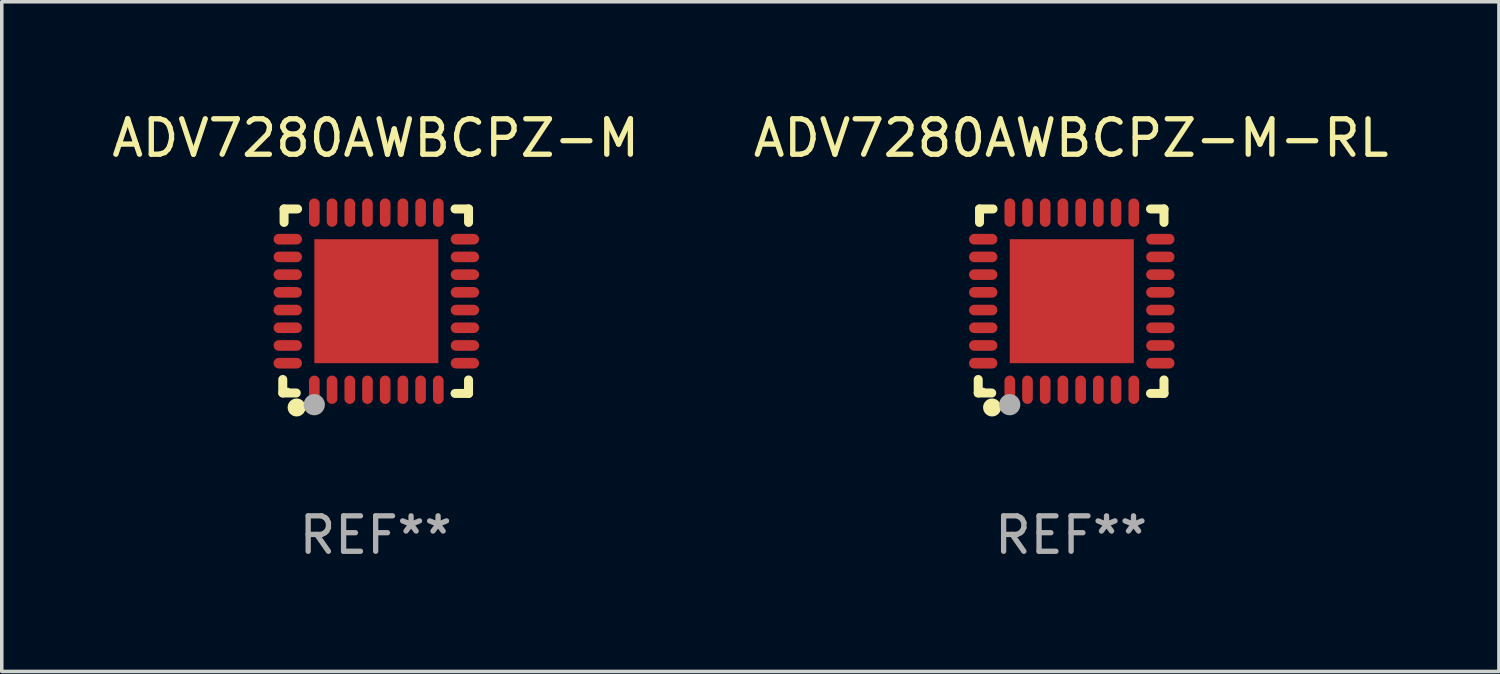
<source format=kicad_pcb>
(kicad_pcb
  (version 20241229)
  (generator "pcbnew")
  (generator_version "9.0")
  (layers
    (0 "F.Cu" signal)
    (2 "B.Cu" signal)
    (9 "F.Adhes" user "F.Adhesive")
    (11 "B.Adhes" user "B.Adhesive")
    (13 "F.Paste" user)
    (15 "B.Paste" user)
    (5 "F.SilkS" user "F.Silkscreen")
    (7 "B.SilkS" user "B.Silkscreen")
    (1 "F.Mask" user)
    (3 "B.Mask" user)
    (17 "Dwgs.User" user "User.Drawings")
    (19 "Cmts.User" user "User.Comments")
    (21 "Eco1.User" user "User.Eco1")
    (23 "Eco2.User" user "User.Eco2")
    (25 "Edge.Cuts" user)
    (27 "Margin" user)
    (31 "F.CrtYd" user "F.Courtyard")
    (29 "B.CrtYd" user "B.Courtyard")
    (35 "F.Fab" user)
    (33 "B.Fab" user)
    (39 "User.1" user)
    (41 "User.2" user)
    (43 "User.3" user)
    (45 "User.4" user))
  (footprint "ADV7280AWBCPZ-M"
    (layer "F.Cu")
    (at 7.554 5.452)
    (property "Reference" "ADV7280AWBCPZ-M" (at 0 -4.604 0) (layer "F.SilkS") (effects (font (size 1 1) (thickness 0.15))))
    (attr through_hole)
    (fp_line (start -2.622 2.21) (end -2.622 2.591) (stroke (width 0.254) (type solid)) (layer "F.SilkS"))
    (fp_line (start -2.622 2.591) (end -2.241 2.591) (stroke (width 0.254) (type solid)) (layer "F.SilkS"))
    (fp_line (start -2.585 -2.604) (end -2.585 -2.223) (stroke (width 0.254) (type solid)) (layer "F.SilkS"))
    (fp_line (start -2.204 -2.604) (end -2.585 -2.604) (stroke (width 0.254) (type solid)) (layer "F.SilkS"))
    (fp_line (start 2.241 2.604) (end 2.622 2.604) (stroke (width 0.254) (type solid)) (layer "F.SilkS"))
    (fp_line (start 2.622 -2.604) (end 2.241 -2.604) (stroke (width 0.254) (type solid)) (layer "F.SilkS"))
    (fp_line (start 2.622 -2.223) (end 2.622 -2.604) (stroke (width 0.254) (type solid)) (layer "F.SilkS"))
    (fp_line (start 2.622 2.604) (end 2.622 2.223) (stroke (width 0.254) (type solid)) (layer "F.SilkS"))
    (fp_circle (center -2.481 2.5) (end -2.451 2.5) (stroke (width 0.06) (type solid)) (fill no) (layer "F.SilkS"))
    (fp_circle (center -2.231 3) (end -2.104 3) (stroke (width 0.254) (type solid)) (fill no) (layer "F.SilkS"))
    (fp_circle (center -1.733 2.921) (end -1.583 2.921) (stroke (width 0.3) (type solid)) (fill no) (layer "F.Fab"))
    (fp_text user "REF**" (at 0 6.604 0) (layer "F.Fab") (effects (font (size 1 1) (thickness 0.15))))
    (pad "1" smd oval (at -1.731 2.5 90) (size 0.8 0.3) (layers "F.Cu" "F.Mask" "F.Paste"))
    (pad "2" smd oval (at -1.231 2.5 90) (size 0.8 0.3) (layers "F.Cu" "F.Mask" "F.Paste"))
    (pad "3" smd oval (at -0.731 2.5 90) (size 0.8 0.3) (layers "F.Cu" "F.Mask" "F.Paste"))
    (pad "4" smd oval (at -0.231 2.5 90) (size 0.8 0.3) (layers "F.Cu" "F.Mask" "F.Paste"))
    (pad "5" smd oval (at 0.269 2.5 90) (size 0.8 0.3) (layers "F.Cu" "F.Mask" "F.Paste"))
    (pad "6" smd oval (at 0.769 2.5 90) (size 0.8 0.3) (layers "F.Cu" "F.Mask" "F.Paste"))
    (pad "7" smd oval (at 1.269 2.5 90) (size 0.8 0.3) (layers "F.Cu" "F.Mask" "F.Paste"))
    (pad "8" smd oval (at 1.769 2.5 90) (size 0.8 0.3) (layers "F.Cu" "F.Mask" "F.Paste"))
    (pad "9" smd oval (at 2.519 1.75 180) (size 0.8 0.3) (layers "F.Cu" "F.Mask" "F.Paste"))
    (pad "10" smd oval (at 2.519 1.25 180) (size 0.8 0.3) (layers "F.Cu" "F.Mask" "F.Paste"))
    (pad "11" smd oval (at 2.519 0.75 180) (size 0.8 0.3) (layers "F.Cu" "F.Mask" "F.Paste"))
    (pad "12" smd oval (at 2.519 0.25 180) (size 0.8 0.3) (layers "F.Cu" "F.Mask" "F.Paste"))
    (pad "13" smd oval (at 2.519 -0.25 180) (size 0.8 0.3) (layers "F.Cu" "F.Mask" "F.Paste"))
    (pad "14" smd oval (at 2.519 -0.75 180) (size 0.8 0.3) (layers "F.Cu" "F.Mask" "F.Paste"))
    (pad "15" smd oval (at 2.519 -1.25 180) (size 0.8 0.3) (layers "F.Cu" "F.Mask" "F.Paste"))
    (pad "16" smd oval (at 2.519 -1.75 180) (size 0.8 0.3) (layers "F.Cu" "F.Mask" "F.Paste"))
    (pad "17" smd oval (at 1.769 -2.5 270) (size 0.8 0.3) (layers "F.Cu" "F.Mask" "F.Paste"))
    (pad "18" smd oval (at 1.269 -2.5 270) (size 0.8 0.3) (layers "F.Cu" "F.Mask" "F.Paste"))
    (pad "19" smd oval (at 0.769 -2.5 270) (size 0.8 0.3) (layers "F.Cu" "F.Mask" "F.Paste"))
    (pad "20" smd oval (at 0.269 -2.5 270) (size 0.8 0.3) (layers "F.Cu" "F.Mask" "F.Paste"))
    (pad "21" smd oval (at -0.231 -2.5 270) (size 0.8 0.3) (layers "F.Cu" "F.Mask" "F.Paste"))
    (pad "22" smd oval (at -0.731 -2.5 270) (size 0.8 0.3) (layers "F.Cu" "F.Mask" "F.Paste"))
    (pad "23" smd oval (at -1.231 -2.5 270) (size 0.8 0.3) (layers "F.Cu" "F.Mask" "F.Paste"))
    (pad "24" smd oval (at -1.731 -2.5 270) (size 0.8 0.3) (layers "F.Cu" "F.Mask" "F.Paste"))
    (pad "25" smd oval (at -2.481 -1.75) (size 0.8 0.3) (layers "F.Cu" "F.Mask" "F.Paste"))
    (pad "26" smd oval (at -2.481 -1.25) (size 0.8 0.3) (layers "F.Cu" "F.Mask" "F.Paste"))
    (pad "27" smd oval (at -2.481 -0.75) (size 0.8 0.3) (layers "F.Cu" "F.Mask" "F.Paste"))
    (pad "28" smd oval (at -2.481 -0.25) (size 0.8 0.3) (layers "F.Cu" "F.Mask" "F.Paste"))
    (pad "29" smd oval (at -2.481 0.25) (size 0.8 0.3) (layers "F.Cu" "F.Mask" "F.Paste"))
    (pad "30" smd oval (at -2.481 0.75) (size 0.8 0.3) (layers "F.Cu" "F.Mask" "F.Paste"))
    (pad "31" smd oval (at -2.481 1.25) (size 0.8 0.3) (layers "F.Cu" "F.Mask" "F.Paste"))
    (pad "32" smd oval (at -2.481 1.75) (size 0.8 0.3) (layers "F.Cu" "F.Mask" "F.Paste"))
    (pad "33" smd rect (at 0.019 -0.000025 90) (size 3.5 3.5) (layers "F.Cu" "F.Mask" "F.Paste")))
  (footprint "ADV7280AWBCPZ-M-RL"
    (layer "F.Cu")
    (at 27.185 5.452)
    (property "Reference" "ADV7280AWBCPZ-M-RL" (at 0 -4.604 0) (layer "F.SilkS") (effects (font (size 1 1) (thickness 0.15))))
    (attr through_hole)
    (fp_line (start -2.622 2.21) (end -2.622 2.591) (stroke (width 0.254) (type solid)) (layer "F.SilkS"))
    (fp_line (start -2.622 2.591) (end -2.241 2.591) (stroke (width 0.254) (type solid)) (layer "F.SilkS"))
    (fp_line (start -2.585 -2.604) (end -2.585 -2.223) (stroke (width 0.254) (type solid)) (layer "F.SilkS"))
    (fp_line (start -2.204 -2.604) (end -2.585 -2.604) (stroke (width 0.254) (type solid)) (layer "F.SilkS"))
    (fp_line (start 2.241 2.604) (end 2.622 2.604) (stroke (width 0.254) (type solid)) (layer "F.SilkS"))
    (fp_line (start 2.622 -2.604) (end 2.241 -2.604) (stroke (width 0.254) (type solid)) (layer "F.SilkS"))
    (fp_line (start 2.622 -2.223) (end 2.622 -2.604) (stroke (width 0.254) (type solid)) (layer "F.SilkS"))
    (fp_line (start 2.622 2.604) (end 2.622 2.223) (stroke (width 0.254) (type solid)) (layer "F.SilkS"))
    (fp_circle (center -2.481 2.5) (end -2.451 2.5) (stroke (width 0.06) (type solid)) (fill no) (layer "F.SilkS"))
    (fp_circle (center -2.231 3) (end -2.104 3) (stroke (width 0.254) (type solid)) (fill no) (layer "F.SilkS"))
    (fp_circle (center -1.733 2.921) (end -1.583 2.921) (stroke (width 0.3) (type solid)) (fill no) (layer "F.Fab"))
    (fp_text user "REF**" (at 0 6.604 0) (layer "F.Fab") (effects (font (size 1 1) (thickness 0.15))))
    (pad "1" smd oval (at -1.731 2.5 90) (size 0.8 0.3) (layers "F.Cu" "F.Mask" "F.Paste"))
    (pad "2" smd oval (at -1.231 2.5 90) (size 0.8 0.3) (layers "F.Cu" "F.Mask" "F.Paste"))
    (pad "3" smd oval (at -0.731 2.5 90) (size 0.8 0.3) (layers "F.Cu" "F.Mask" "F.Paste"))
    (pad "4" smd oval (at -0.231 2.5 90) (size 0.8 0.3) (layers "F.Cu" "F.Mask" "F.Paste"))
    (pad "5" smd oval (at 0.269 2.5 90) (size 0.8 0.3) (layers "F.Cu" "F.Mask" "F.Paste"))
    (pad "6" smd oval (at 0.769 2.5 90) (size 0.8 0.3) (layers "F.Cu" "F.Mask" "F.Paste"))
    (pad "7" smd oval (at 1.269 2.5 90) (size 0.8 0.3) (layers "F.Cu" "F.Mask" "F.Paste"))
    (pad "8" smd oval (at 1.769 2.5 90) (size 0.8 0.3) (layers "F.Cu" "F.Mask" "F.Paste"))
    (pad "9" smd oval (at 2.519 1.75 180) (size 0.8 0.3) (layers "F.Cu" "F.Mask" "F.Paste"))
    (pad "10" smd oval (at 2.519 1.25 180) (size 0.8 0.3) (layers "F.Cu" "F.Mask" "F.Paste"))
    (pad "11" smd oval (at 2.519 0.75 180) (size 0.8 0.3) (layers "F.Cu" "F.Mask" "F.Paste"))
    (pad "12" smd oval (at 2.519 0.25 180) (size 0.8 0.3) (layers "F.Cu" "F.Mask" "F.Paste"))
    (pad "13" smd oval (at 2.519 -0.25 180) (size 0.8 0.3) (layers "F.Cu" "F.Mask" "F.Paste"))
    (pad "14" smd oval (at 2.519 -0.75 180) (size 0.8 0.3) (layers "F.Cu" "F.Mask" "F.Paste"))
    (pad "15" smd oval (at 2.519 -1.25 180) (size 0.8 0.3) (layers "F.Cu" "F.Mask" "F.Paste"))
    (pad "16" smd oval (at 2.519 -1.75 180) (size 0.8 0.3) (layers "F.Cu" "F.Mask" "F.Paste"))
    (pad "17" smd oval (at 1.769 -2.5 270) (size 0.8 0.3) (layers "F.Cu" "F.Mask" "F.Paste"))
    (pad "18" smd oval (at 1.269 -2.5 270) (size 0.8 0.3) (layers "F.Cu" "F.Mask" "F.Paste"))
    (pad "19" smd oval (at 0.769 -2.5 270) (size 0.8 0.3) (layers "F.Cu" "F.Mask" "F.Paste"))
    (pad "20" smd oval (at 0.269 -2.5 270) (size 0.8 0.3) (layers "F.Cu" "F.Mask" "F.Paste"))
    (pad "21" smd oval (at -0.231 -2.5 270) (size 0.8 0.3) (layers "F.Cu" "F.Mask" "F.Paste"))
    (pad "22" smd oval (at -0.731 -2.5 270) (size 0.8 0.3) (layers "F.Cu" "F.Mask" "F.Paste"))
    (pad "23" smd oval (at -1.231 -2.5 270) (size 0.8 0.3) (layers "F.Cu" "F.Mask" "F.Paste"))
    (pad "24" smd oval (at -1.731 -2.5 270) (size 0.8 0.3) (layers "F.Cu" "F.Mask" "F.Paste"))
    (pad "25" smd oval (at -2.481 -1.75) (size 0.8 0.3) (layers "F.Cu" "F.Mask" "F.Paste"))
    (pad "26" smd oval (at -2.481 -1.25) (size 0.8 0.3) (layers "F.Cu" "F.Mask" "F.Paste"))
    (pad "27" smd oval (at -2.481 -0.75) (size 0.8 0.3) (layers "F.Cu" "F.Mask" "F.Paste"))
    (pad "28" smd oval (at -2.481 -0.25) (size 0.8 0.3) (layers "F.Cu" "F.Mask" "F.Paste"))
    (pad "29" smd oval (at -2.481 0.25) (size 0.8 0.3) (layers "F.Cu" "F.Mask" "F.Paste"))
    (pad "30" smd oval (at -2.481 0.75) (size 0.8 0.3) (layers "F.Cu" "F.Mask" "F.Paste"))
    (pad "31" smd oval (at -2.481 1.25) (size 0.8 0.3) (layers "F.Cu" "F.Mask" "F.Paste"))
    (pad "32" smd oval (at -2.481 1.75) (size 0.8 0.3) (layers "F.Cu" "F.Mask" "F.Paste"))
    (pad "33" smd rect (at 0.019 -0.000025 90) (size 3.5 3.5) (layers "F.Cu" "F.Mask" "F.Paste")))
  (gr_rect
    (start -3 -3)
    (end 39.262 15.904)
    (stroke (width 0.1) (type default))
    (fill no)
    (layer "Edge.Cuts")))
</source>
